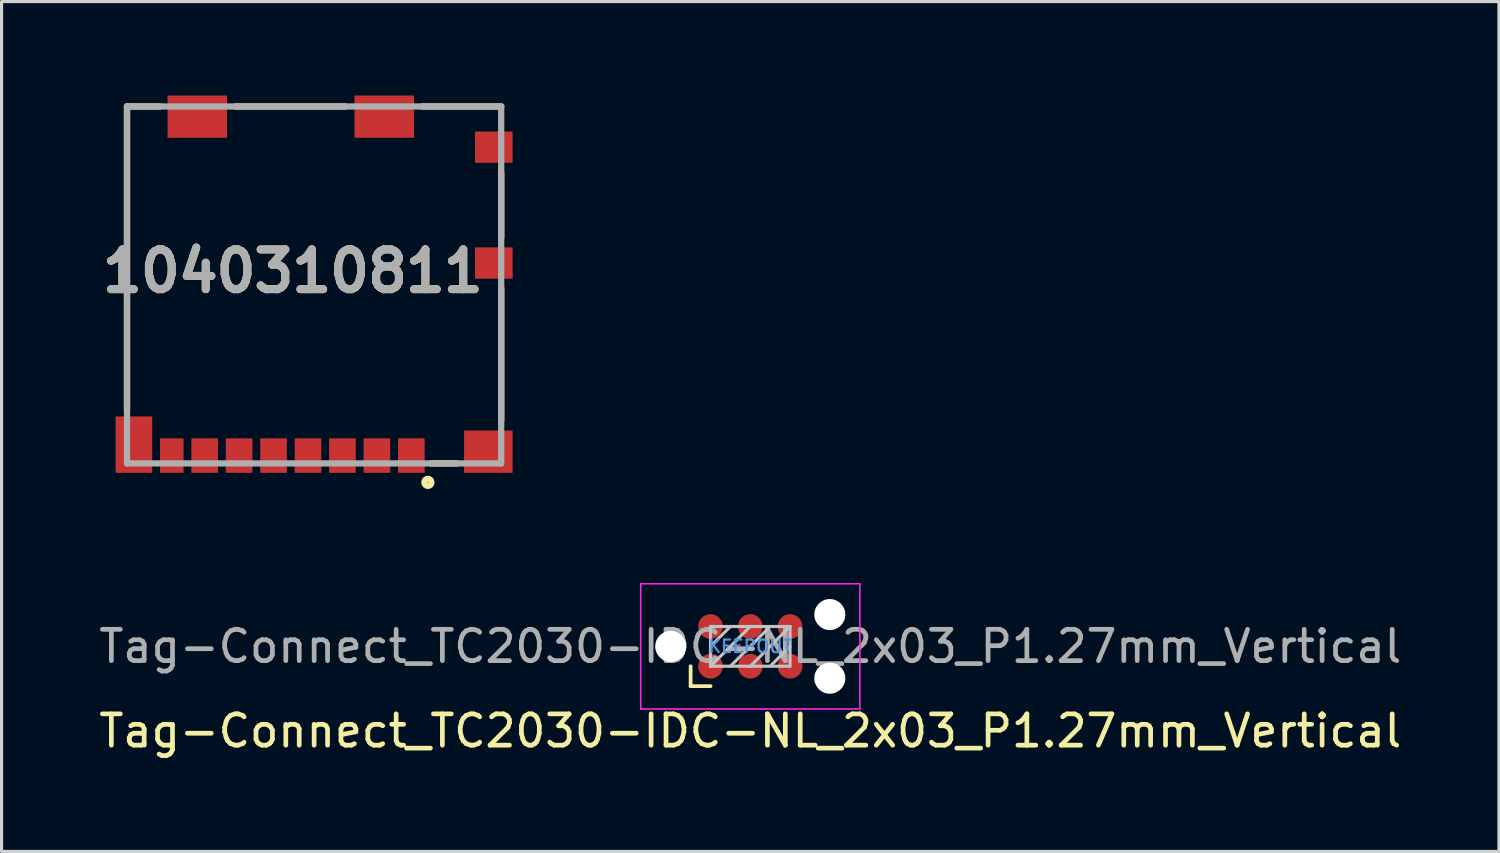
<source format=kicad_pcb>
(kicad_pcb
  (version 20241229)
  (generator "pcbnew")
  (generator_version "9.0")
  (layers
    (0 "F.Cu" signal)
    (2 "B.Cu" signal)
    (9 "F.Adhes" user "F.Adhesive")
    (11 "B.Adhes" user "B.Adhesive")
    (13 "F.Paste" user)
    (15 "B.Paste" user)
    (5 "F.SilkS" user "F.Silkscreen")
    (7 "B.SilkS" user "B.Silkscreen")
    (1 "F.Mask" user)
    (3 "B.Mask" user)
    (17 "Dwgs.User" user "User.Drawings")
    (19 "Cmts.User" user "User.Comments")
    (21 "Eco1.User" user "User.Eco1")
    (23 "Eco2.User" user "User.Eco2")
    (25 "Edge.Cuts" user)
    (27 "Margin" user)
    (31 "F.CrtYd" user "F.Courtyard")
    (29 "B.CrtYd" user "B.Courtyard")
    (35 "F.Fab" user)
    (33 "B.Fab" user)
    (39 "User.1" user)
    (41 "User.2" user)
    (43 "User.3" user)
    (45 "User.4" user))
  (footprint "Tag-Connect_TC2030-IDC-NL_2x03_P1.27mm_Vertical"
    (layer "F.Cu")
    (at 20.911 17.593)
    (property "Reference" "Tag-Connect_TC2030-IDC-NL_2x03_P1.27mm_Vertical" (at 0 2.7 0) (layer "F.SilkS") (effects (font (size 1 1) (thickness 0.15))))
    (attr exclude_from_pos_files exclude_from_bom)
    (fp_line (start -1.905 1.27) (end -1.905 0.635) (stroke (width 0.12) (type solid)) (layer "F.SilkS"))
    (fp_line (start -1.27 1.27) (end -1.905 1.27) (stroke (width 0.12) (type solid)) (layer "F.SilkS"))
    (fp_line (start -1.27 -0.635) (end 1.27 -0.635) (stroke (width 0.1) (type solid)) (layer "Dwgs.User"))
    (fp_line (start -1.27 0) (end -0.635 -0.635) (stroke (width 0.1) (type solid)) (layer "Dwgs.User"))
    (fp_line (start -1.27 0.635) (end -1.27 -0.635) (stroke (width 0.1) (type solid)) (layer "Dwgs.User"))
    (fp_line (start -1.27 0.635) (end 0 -0.635) (stroke (width 0.1) (type solid)) (layer "Dwgs.User"))
    (fp_line (start -0.635 0.635) (end 0.635 -0.635) (stroke (width 0.1) (type solid)) (layer "Dwgs.User"))
    (fp_line (start 0 0.635) (end 1.27 -0.635) (stroke (width 0.1) (type solid)) (layer "Dwgs.User"))
    (fp_line (start 0.635 0.635) (end 1.27 0) (stroke (width 0.1) (type solid)) (layer "Dwgs.User"))
    (fp_line (start 1.27 -0.635) (end 1.27 0.635) (stroke (width 0.1) (type solid)) (layer "Dwgs.User"))
    (fp_line (start 1.27 0.635) (end -1.27 0.635) (stroke (width 0.1) (type solid)) (layer "Dwgs.User"))
    (fp_line (start -3.5 -2) (end 3.5 -2) (stroke (width 0.05) (type solid)) (layer "F.CrtYd"))
    (fp_line (start -3.5 2) (end -3.5 -2) (stroke (width 0.05) (type solid)) (layer "F.CrtYd"))
    (fp_line (start 3.5 -2) (end 3.5 2) (stroke (width 0.05) (type solid)) (layer "F.CrtYd"))
    (fp_line (start 3.5 2) (end -3.5 2) (stroke (width 0.05) (type solid)) (layer "F.CrtYd"))
    (fp_text user "KEEPOUT" (at 0 0 0) (layer "Cmts.User") (effects (font (size 0.4 0.4) (thickness 0.07))))
    (fp_text user "${REFERENCE}" (at 0 0 0) (layer "F.Fab") (effects (font (size 1 1) (thickness 0.15))))
    (pad "" np_thru_hole circle (at -2.54 0) (size 0.991 0.991) (drill 0.991) (layers "*.Cu" "*.Mask"))
    (pad "" np_thru_hole circle (at 2.54 -1.016) (size 0.991 0.991) (drill 0.991) (layers "*.Cu" "*.Mask"))
    (pad "" np_thru_hole circle (at 2.54 1.016) (size 0.991 0.991) (drill 0.991) (layers "*.Cu" "*.Mask"))
    (pad "1" connect circle (at -1.27 0.635) (size 0.787 0.787) (layers "F.Cu" "F.Mask"))
    (pad "2" connect circle (at -1.27 -0.635) (size 0.787 0.787) (layers "F.Cu" "F.Mask"))
    (pad "3" connect circle (at 0 0.635) (size 0.787 0.787) (layers "F.Cu" "F.Mask"))
    (pad "4" connect circle (at 0 -0.635) (size 0.787 0.787) (layers "F.Cu" "F.Mask"))
    (pad "5" connect circle (at 1.27 0.635) (size 0.787 0.787) (layers "F.Cu" "F.Mask"))
    (pad "6" connect circle (at 1.27 -0.635) (size 0.787 0.787) (layers "F.Cu" "F.Mask")))
  (footprint "1040310811"
    (layer "F.Cu")
    (at 6.981 11.75)
    (property "Reference" "1040310811" (at -0.679 -6.139 0) (layer "F.SilkS") (effects (font (size 1.27 1.27) (thickness 0.254))))
    (attr smd)
    (fp_line (start -5.975 -11.4) (end -5.975 -1.721) (stroke (width 0.2) (type solid)) (layer "F.SilkS"))
    (fp_line (start -5.975 -11.4) (end -4.914 -11.4) (stroke (width 0.2) (type solid)) (layer "F.SilkS"))
    (fp_line (start -2.5 -11.4) (end 1 -11.4) (stroke (width 0.2) (type solid)) (layer "F.SilkS"))
    (fp_line (start 3.739 0) (end 4.56 0) (stroke (width 0.2) (type solid)) (layer "F.SilkS"))
    (fp_line (start 5.975 -11.4) (end 3.455 -11.4) (stroke (width 0.2) (type solid)) (layer "F.SilkS"))
    (fp_line (start 5.975 -9.297) (end 5.975 -7.216) (stroke (width 0.2) (type solid)) (layer "F.SilkS"))
    (fp_line (start 5.975 -5.601) (end 5.975 -1.367) (stroke (width 0.2) (type solid)) (layer "F.SilkS"))
    (fp_circle (center 3.634 0.605) (end 3.634 0.718) (stroke (width 0.2) (type solid)) (fill no) (layer "F.SilkS"))
    (fp_line (start -5.975 -11.4) (end 5.975 -11.4) (stroke (width 0.2) (type solid)) (layer "F.Fab"))
    (fp_line (start -5.975 0) (end -5.975 -11.4) (stroke (width 0.2) (type solid)) (layer "F.Fab"))
    (fp_line (start 5.975 -11.4) (end 5.975 0) (stroke (width 0.2) (type solid)) (layer "F.Fab"))
    (fp_line (start 5.975 0) (end -5.975 0) (stroke (width 0.2) (type solid)) (layer "F.Fab"))
    (fp_text user "${REFERENCE}" (at -0.679 -6.139 0) (layer "F.Fab") (effects (font (size 1.27 1.27) (thickness 0.254))))
    (pad "1" smd rect (at 3.105 -0.25) (size 0.85 1.1) (layers "F.Cu" "F.Mask" "F.Paste"))
    (pad "2" smd rect (at 2.005 -0.25) (size 0.85 1.1) (layers "F.Cu" "F.Mask" "F.Paste"))
    (pad "3" smd rect (at 0.905 -0.25) (size 0.85 1.1) (layers "F.Cu" "F.Mask" "F.Paste"))
    (pad "4" smd rect (at -0.195 -0.25) (size 0.85 1.1) (layers "F.Cu" "F.Mask" "F.Paste"))
    (pad "5" smd rect (at -1.295 -0.25) (size 0.85 1.1) (layers "F.Cu" "F.Mask" "F.Paste"))
    (pad "6" smd rect (at -2.395 -0.25) (size 0.85 1.1) (layers "F.Cu" "F.Mask" "F.Paste"))
    (pad "7" smd rect (at -3.495 -0.25) (size 0.85 1.1) (layers "F.Cu" "F.Mask" "F.Paste"))
    (pad "8" smd rect (at -4.545 -0.25) (size 0.75 1.1) (layers "F.Cu" "F.Mask" "F.Paste"))
    (pad "9" smd rect (at -5.755 -0.6) (size 1.17 1.8) (layers "F.Cu" "F.Mask" "F.Paste"))
    (pad "10" smd rect (at -3.73 -11.075 90) (size 1.35 1.9) (layers "F.Cu" "F.Mask" "F.Paste"))
    (pad "11" smd rect (at 2.24 -11.075 90) (size 1.35 1.9) (layers "F.Cu" "F.Mask" "F.Paste"))
    (pad "12" smd rect (at 5.74 -10.1 90) (size 1 1.2) (layers "F.Cu" "F.Mask" "F.Paste"))
    (pad "13" smd rect (at 5.74 -6.4 90) (size 1 1.2) (layers "F.Cu" "F.Mask" "F.Paste"))
    (pad "14" smd rect (at 5.565 -0.375 90) (size 1.35 1.55) (layers "F.Cu" "F.Mask" "F.Paste")))
  (gr_rect
    (start -3 -3)
    (end 44.821 24.142)
    (stroke (width 0.1) (type default))
    (fill no)
    (layer "Edge.Cuts")))
</source>
